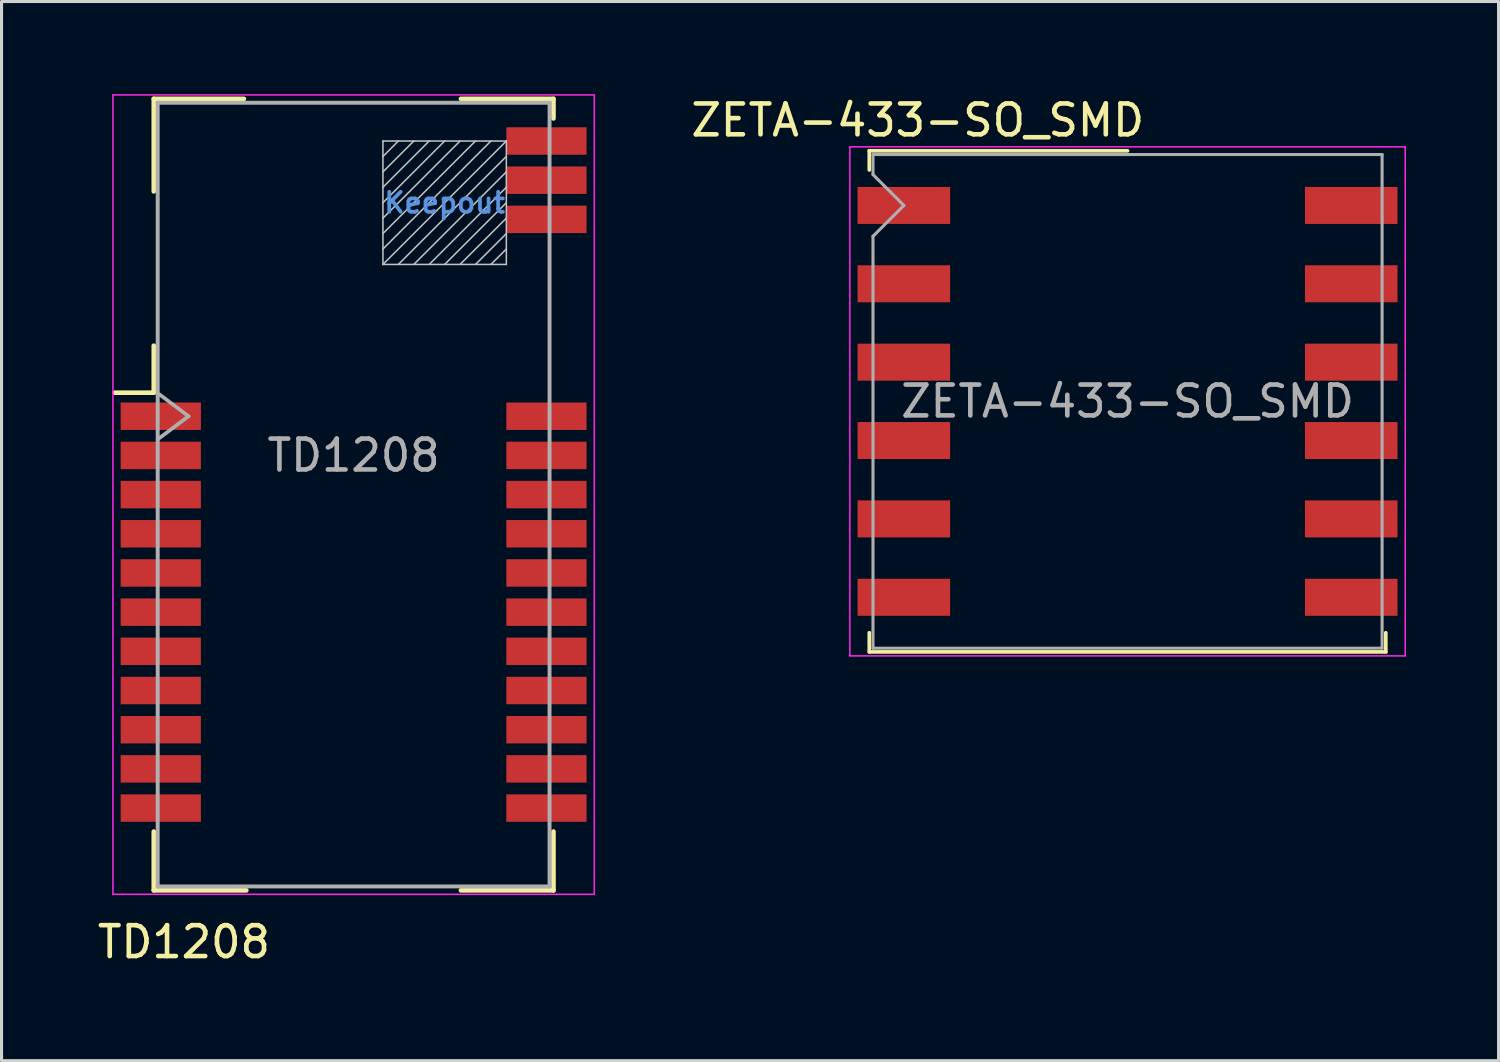
<source format=kicad_pcb>
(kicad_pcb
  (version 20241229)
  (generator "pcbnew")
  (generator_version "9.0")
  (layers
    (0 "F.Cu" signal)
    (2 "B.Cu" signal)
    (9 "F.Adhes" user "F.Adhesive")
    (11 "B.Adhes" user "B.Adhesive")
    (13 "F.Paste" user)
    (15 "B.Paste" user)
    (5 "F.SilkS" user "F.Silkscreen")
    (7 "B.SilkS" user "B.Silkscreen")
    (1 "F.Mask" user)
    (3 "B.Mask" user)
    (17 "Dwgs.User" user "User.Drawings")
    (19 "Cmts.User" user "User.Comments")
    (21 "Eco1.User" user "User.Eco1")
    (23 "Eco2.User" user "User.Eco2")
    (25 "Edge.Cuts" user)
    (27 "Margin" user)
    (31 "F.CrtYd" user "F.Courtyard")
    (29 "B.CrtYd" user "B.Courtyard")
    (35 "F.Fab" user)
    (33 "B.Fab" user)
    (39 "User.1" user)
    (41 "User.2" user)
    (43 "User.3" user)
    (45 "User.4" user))
  (footprint "TD1208"
    (layer "F.Cu")
    (at 8.411 12.345)
    (property "Reference" "TD1208" (at -5.5 15.135 0) (layer "F.SilkS") (effects (font (size 1 1) (thickness 0.15))))
    (attr smd)
    (fp_line (start -6.477 -12.192) (end -6.477 -9.192) (stroke (width 0.15) (type solid)) (layer "F.SilkS"))
    (fp_line (start -6.477 -12.192) (end -3.556 -12.192) (stroke (width 0.15) (type solid)) (layer "F.SilkS"))
    (fp_line (start -6.477 -4.191) (end -6.477 -2.667) (stroke (width 0.15) (type solid)) (layer "F.SilkS"))
    (fp_line (start -6.477 -2.667) (end -7.747 -2.667) (stroke (width 0.15) (type solid)) (layer "F.SilkS"))
    (fp_line (start -6.477 11.557) (end -6.477 13.462) (stroke (width 0.15) (type solid)) (layer "F.SilkS"))
    (fp_line (start -6.477 13.462) (end -3.477 13.462) (stroke (width 0.15) (type solid)) (layer "F.SilkS"))
    (fp_line (start 6.477 -12.192) (end 3.477 -12.192) (stroke (width 0.15) (type solid)) (layer "F.SilkS"))
    (fp_line (start 6.477 -12.192) (end 6.477 -11.557) (stroke (width 0.15) (type solid)) (layer "F.SilkS"))
    (fp_line (start 6.477 11.557) (end 6.477 13.462) (stroke (width 0.15) (type solid)) (layer "F.SilkS"))
    (fp_line (start 6.477 13.462) (end 3.477 13.462) (stroke (width 0.15) (type solid)) (layer "F.SilkS"))
    (fp_line (start 0.95 -10.825) (end 0.95 -6.825) (stroke (width 0.05) (type solid)) (layer "Dwgs.User"))
    (fp_line (start 0.95 -6.825) (end 4.95 -6.825) (stroke (width 0.05) (type solid)) (layer "Dwgs.User"))
    (fp_line (start 1.45 -10.825) (end 0.95 -10.325) (stroke (width 0.05) (type solid)) (layer "Dwgs.User"))
    (fp_line (start 1.95 -10.825) (end 0.95 -9.825) (stroke (width 0.05) (type solid)) (layer "Dwgs.User"))
    (fp_line (start 2.45 -10.825) (end 0.95 -9.325) (stroke (width 0.05) (type solid)) (layer "Dwgs.User"))
    (fp_line (start 2.95 -10.825) (end 0.95 -8.825) (stroke (width 0.05) (type solid)) (layer "Dwgs.User"))
    (fp_line (start 3.45 -10.825) (end 0.95 -8.325) (stroke (width 0.05) (type solid)) (layer "Dwgs.User"))
    (fp_line (start 3.95 -10.825) (end 0.95 -7.825) (stroke (width 0.05) (type solid)) (layer "Dwgs.User"))
    (fp_line (start 4.45 -10.825) (end 0.95 -7.325) (stroke (width 0.05) (type solid)) (layer "Dwgs.User"))
    (fp_line (start 4.95 -10.825) (end 0.95 -10.825) (stroke (width 0.05) (type solid)) (layer "Dwgs.User"))
    (fp_line (start 4.95 -10.825) (end 0.95 -6.825) (stroke (width 0.05) (type solid)) (layer "Dwgs.User"))
    (fp_line (start 4.95 -10.325) (end 1.45 -6.825) (stroke (width 0.05) (type solid)) (layer "Dwgs.User"))
    (fp_line (start 4.95 -9.825) (end 1.95 -6.825) (stroke (width 0.05) (type solid)) (layer "Dwgs.User"))
    (fp_line (start 4.95 -9.325) (end 2.45 -6.825) (stroke (width 0.05) (type solid)) (layer "Dwgs.User"))
    (fp_line (start 4.95 -8.825) (end 2.95 -6.825) (stroke (width 0.05) (type solid)) (layer "Dwgs.User"))
    (fp_line (start 4.95 -8.325) (end 3.45 -6.825) (stroke (width 0.05) (type solid)) (layer "Dwgs.User"))
    (fp_line (start 4.95 -7.825) (end 3.95 -6.825) (stroke (width 0.05) (type solid)) (layer "Dwgs.User"))
    (fp_line (start 4.95 -7.325) (end 4.45 -6.825) (stroke (width 0.05) (type solid)) (layer "Dwgs.User"))
    (fp_line (start 4.95 -6.825) (end 4.95 -10.825) (stroke (width 0.05) (type solid)) (layer "Dwgs.User"))
    (fp_line (start -7.8 -12.32) (end -7.8 13.59) (stroke (width 0.05) (type solid)) (layer "F.CrtYd"))
    (fp_line (start -7.8 13.59) (end 7.8 13.59) (stroke (width 0.05) (type solid)) (layer "F.CrtYd"))
    (fp_line (start 7.8 -12.32) (end -7.8 -12.32) (stroke (width 0.05) (type solid)) (layer "F.CrtYd"))
    (fp_line (start 7.8 13.59) (end 7.8 -12.32) (stroke (width 0.05) (type solid)) (layer "F.CrtYd"))
    (fp_line (start -6.35 -12.065) (end -6.35 13.335) (stroke (width 0.127) (type solid)) (layer "F.Fab"))
    (fp_line (start -6.35 -12.065) (end 6.35 -12.065) (stroke (width 0.127) (type solid)) (layer "F.Fab"))
    (fp_line (start -6.35 -2.655) (end -5.35 -1.905) (stroke (width 0.12) (type solid)) (layer "F.Fab"))
    (fp_line (start -5.35 -1.905) (end -6.35 -1.155) (stroke (width 0.12) (type solid)) (layer "F.Fab"))
    (fp_line (start 6.35 -12.065) (end 6.35 13.335) (stroke (width 0.127) (type solid)) (layer "F.Fab"))
    (fp_line (start 6.35 13.335) (end -6.35 13.335) (stroke (width 0.127) (type solid)) (layer "F.Fab"))
    (fp_text user "Keepout" (at 2.95 -8.825 0) (layer "Cmts.User") (effects (font (size 0.65 0.65) (thickness 0.12))))
    (fp_text user "${REFERENCE}" (at 0 -0.635 0) (layer "F.Fab") (effects (font (size 1 1) (thickness 0.15))))
    (pad "1" smd rect (at -6.25 -1.905) (size 2.6 0.89) (layers "F.Cu" "F.Mask" "F.Paste"))
    (pad "2" smd rect (at -6.25 -0.635) (size 2.6 0.89) (layers "F.Cu" "F.Mask" "F.Paste"))
    (pad "3" smd rect (at -6.25 0.635) (size 2.6 0.89) (layers "F.Cu" "F.Mask" "F.Paste"))
    (pad "4" smd rect (at -6.25 1.905) (size 2.6 0.89) (layers "F.Cu" "F.Mask" "F.Paste"))
    (pad "5" smd rect (at -6.25 3.175) (size 2.6 0.89) (layers "F.Cu" "F.Mask" "F.Paste"))
    (pad "6" smd rect (at -6.25 4.445) (size 2.6 0.89) (layers "F.Cu" "F.Mask" "F.Paste"))
    (pad "7" smd rect (at -6.25 5.715) (size 2.6 0.89) (layers "F.Cu" "F.Mask" "F.Paste"))
    (pad "8" smd rect (at -6.25 6.985) (size 2.6 0.89) (layers "F.Cu" "F.Mask" "F.Paste"))
    (pad "9" smd rect (at -6.25 8.255) (size 2.6 0.89) (layers "F.Cu" "F.Mask" "F.Paste"))
    (pad "10" smd rect (at -6.25 9.525) (size 2.6 0.89) (layers "F.Cu" "F.Mask" "F.Paste"))
    (pad "11" smd rect (at -6.25 10.795) (size 2.6 0.89) (layers "F.Cu" "F.Mask" "F.Paste"))
    (pad "12" smd rect (at 6.25 10.795) (size 2.6 0.89) (layers "F.Cu" "F.Mask" "F.Paste"))
    (pad "13" smd rect (at 6.25 9.525) (size 2.6 0.89) (layers "F.Cu" "F.Mask" "F.Paste"))
    (pad "14" smd rect (at 6.25 8.255) (size 2.6 0.89) (layers "F.Cu" "F.Mask" "F.Paste"))
    (pad "15" smd rect (at 6.25 6.985) (size 2.6 0.89) (layers "F.Cu" "F.Mask" "F.Paste"))
    (pad "16" smd rect (at 6.25 5.715) (size 2.6 0.89) (layers "F.Cu" "F.Mask" "F.Paste"))
    (pad "17" smd rect (at 6.25 4.445) (size 2.6 0.89) (layers "F.Cu" "F.Mask" "F.Paste"))
    (pad "18" smd rect (at 6.25 3.175) (size 2.6 0.89) (layers "F.Cu" "F.Mask" "F.Paste"))
    (pad "19" smd rect (at 6.25 1.905) (size 2.6 0.89) (layers "F.Cu" "F.Mask" "F.Paste"))
    (pad "20" smd rect (at 6.25 0.635) (size 2.6 0.89) (layers "F.Cu" "F.Mask" "F.Paste"))
    (pad "21" smd rect (at 6.25 -0.635) (size 2.6 0.89) (layers "F.Cu" "F.Mask" "F.Paste"))
    (pad "22" smd rect (at 6.25 -1.905) (size 2.6 0.89) (layers "F.Cu" "F.Mask" "F.Paste"))
    (pad "23" smd rect (at 6.25 -8.285) (size 2.6 0.89) (layers "F.Cu" "F.Mask" "F.Paste"))
    (pad "24" smd rect (at 6.25 -9.555) (size 2.6 0.89) (layers "F.Cu" "F.Mask" "F.Paste"))
    (pad "25" smd rect (at 6.25 -10.825) (size 2.6 0.89) (layers "F.Cu" "F.Mask" "F.Paste")))
  (footprint "ZETA-433-SO_SMD"
    (layer "F.Cu")
    (at 33.494 9.958)
    (property "Reference" "ZETA-433-SO_SMD" (at -6.8 -9.11 0) (layer "F.SilkS") (effects (font (size 1 1) (thickness 0.15))))
    (attr smd)
    (fp_line (start -8.37 -8.12) (end -8.37 -7.5) (stroke (width 0.12) (type solid)) (layer "F.SilkS"))
    (fp_line (start -8.37 -8.12) (end 0 -8.12) (stroke (width 0.12) (type solid)) (layer "F.SilkS"))
    (fp_line (start -8.37 8.12) (end -8.37 7.5) (stroke (width 0.12) (type solid)) (layer "F.SilkS"))
    (fp_line (start 8.37 8.12) (end -8.37 8.12) (stroke (width 0.12) (type solid)) (layer "F.SilkS"))
    (fp_line (start 8.37 8.12) (end 8.37 7.5) (stroke (width 0.12) (type solid)) (layer "F.SilkS"))
    (fp_line (start -9 -8.25) (end 9 -8.25) (stroke (width 0.05) (type solid)) (layer "F.CrtYd"))
    (fp_line (start -9 8.25) (end -9 -8.25) (stroke (width 0.05) (type solid)) (layer "F.CrtYd"))
    (fp_line (start 9 -8.25) (end 9 8.25) (stroke (width 0.05) (type solid)) (layer "F.CrtYd"))
    (fp_line (start 9 8.25) (end -9 8.25) (stroke (width 0.05) (type solid)) (layer "F.CrtYd"))
    (fp_line (start -8.25 -8) (end 8.25 -8) (stroke (width 0.1) (type solid)) (layer "F.Fab"))
    (fp_line (start -8.25 -7.35) (end -8.25 -8) (stroke (width 0.1) (type solid)) (layer "F.Fab"))
    (fp_line (start -8.25 8) (end -8.25 -5.35) (stroke (width 0.1) (type solid)) (layer "F.Fab"))
    (fp_line (start -7.25 -6.35) (end -8.25 -7.35) (stroke (width 0.1) (type solid)) (layer "F.Fab"))
    (fp_line (start -7.25 -6.35) (end -8.25 -5.35) (stroke (width 0.1) (type solid)) (layer "F.Fab"))
    (fp_line (start 8.25 -8) (end 8.25 8) (stroke (width 0.1) (type solid)) (layer "F.Fab"))
    (fp_line (start 8.25 8) (end -8.25 8) (stroke (width 0.1) (type solid)) (layer "F.Fab"))
    (fp_text user "${REFERENCE}" (at 0 0 0) (layer "F.Fab") (effects (font (size 1 1) (thickness 0.15))))
    (pad "1" smd rect (at -7.25 -6.35) (size 3 1.2) (layers "F.Cu" "F.Mask" "F.Paste"))
    (pad "2" smd rect (at -7.25 -3.81) (size 3 1.2) (layers "F.Cu" "F.Mask" "F.Paste"))
    (pad "3" smd rect (at -7.25 -1.27) (size 3 1.2) (layers "F.Cu" "F.Mask" "F.Paste"))
    (pad "4" smd rect (at -7.25 1.27) (size 3 1.2) (layers "F.Cu" "F.Mask" "F.Paste"))
    (pad "5" smd rect (at -7.25 3.81) (size 3 1.2) (layers "F.Cu" "F.Mask" "F.Paste"))
    (pad "6" smd rect (at -7.25 6.35) (size 3 1.2) (layers "F.Cu" "F.Mask" "F.Paste"))
    (pad "7" smd rect (at 7.25 6.35) (size 3 1.2) (layers "F.Cu" "F.Mask" "F.Paste"))
    (pad "8" smd rect (at 7.25 3.81) (size 3 1.2) (layers "F.Cu" "F.Mask" "F.Paste"))
    (pad "9" smd rect (at 7.25 1.27) (size 3 1.2) (layers "F.Cu" "F.Mask" "F.Paste"))
    (pad "10" smd rect (at 7.25 -1.27) (size 3 1.2) (layers "F.Cu" "F.Mask" "F.Paste"))
    (pad "11" smd rect (at 7.25 -3.81) (size 3 1.2) (layers "F.Cu" "F.Mask" "F.Paste"))
    (pad "12" smd rect (at 7.25 -6.35) (size 3 1.2) (layers "F.Cu" "F.Mask" "F.Paste")))
  (gr_rect
    (start -3 -3)
    (end 45.519 31.328)
    (stroke (width 0.1) (type default))
    (fill no)
    (layer "Edge.Cuts")))
</source>
